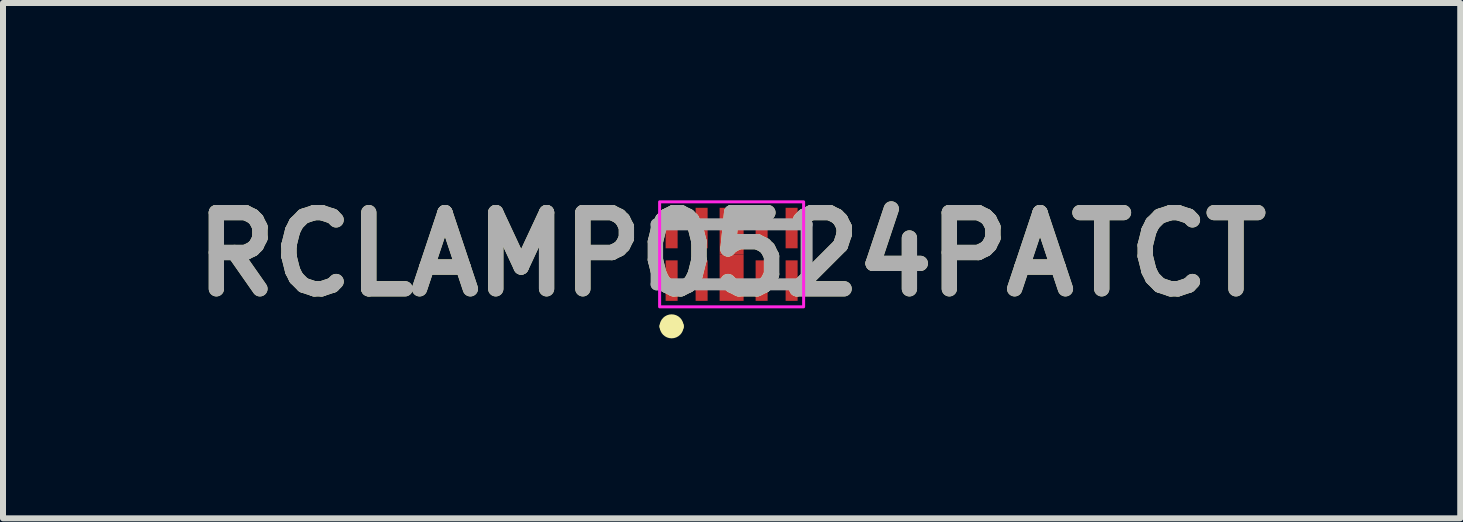
<source format=kicad_pcb>
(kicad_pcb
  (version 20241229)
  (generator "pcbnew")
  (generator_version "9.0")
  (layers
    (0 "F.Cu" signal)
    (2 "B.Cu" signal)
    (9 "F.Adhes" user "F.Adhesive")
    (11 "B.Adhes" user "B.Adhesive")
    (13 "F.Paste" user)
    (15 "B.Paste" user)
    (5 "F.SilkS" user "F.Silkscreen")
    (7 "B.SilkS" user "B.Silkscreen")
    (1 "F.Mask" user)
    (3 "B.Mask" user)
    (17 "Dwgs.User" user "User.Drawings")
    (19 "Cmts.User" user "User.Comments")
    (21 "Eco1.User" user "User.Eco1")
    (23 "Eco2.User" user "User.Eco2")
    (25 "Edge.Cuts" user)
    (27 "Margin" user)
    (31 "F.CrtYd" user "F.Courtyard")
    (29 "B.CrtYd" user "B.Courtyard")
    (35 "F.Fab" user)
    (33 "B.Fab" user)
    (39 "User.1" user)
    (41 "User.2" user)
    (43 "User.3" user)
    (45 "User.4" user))
  (footprint "RCLAMP0524PATCT"
    (layer "F.Cu")
    (at 9.144 1.189)
    (property "Reference" "RCLAMP0524PATCT" (at 0 0 0) (layer "F.SilkS") (effects (font (size 1.27 1.27) (thickness 0.254))))
    (attr smd)
    (fp_line (start -1.25 -0.5) (end -1.25 0.5) (stroke (width 0.1) (type solid)) (layer "F.SilkS"))
    (fp_line (start -1.1 1.2) (end -1.1 1.2) (stroke (width 0.2) (type solid)) (layer "F.SilkS"))
    (fp_line (start -0.9 1.2) (end -0.9 1.2) (stroke (width 0.2) (type solid)) (layer "F.SilkS"))
    (fp_line (start 1.25 0.5) (end 1.25 -0.5) (stroke (width 0.1) (type solid)) (layer "F.SilkS"))
    (fp_arc (start -1.1 1.2) (mid -1 1.1) (end -0.9 1.2) (stroke (width 0.2) (type solid)) (layer "F.SilkS"))
    (fp_arc (start -0.9 1.2) (mid -1 1.3) (end -1.1 1.2) (stroke (width 0.2) (type solid)) (layer "F.SilkS"))
    (fp_rect (start -1.2 -0.875) (end 1.2 0.875) (stroke (width 0.05) (type solid)) (fill no) (layer "F.CrtYd"))
    (fp_line (start -1.25 -0.5) (end 1.25 -0.5) (stroke (width 0.2) (type solid)) (layer "F.Fab"))
    (fp_line (start -1.25 0.5) (end -1.25 -0.5) (stroke (width 0.2) (type solid)) (layer "F.Fab"))
    (fp_line (start 1.25 -0.5) (end 1.25 0.5) (stroke (width 0.2) (type solid)) (layer "F.Fab"))
    (fp_line (start 1.25 0.5) (end -1.25 0.5) (stroke (width 0.2) (type solid)) (layer "F.Fab"))
    (fp_text user "${REFERENCE}" (at 0 0 0) (layer "F.Fab") (effects (font (size 1.27 1.27) (thickness 0.254))))
    (pad "1" smd rect (at -1 0.438) (size 0.2 0.675) (layers "F.Cu" "F.Mask" "F.Paste"))
    (pad "2" smd rect (at -0.5 0.438) (size 0.2 0.675) (layers "F.Cu" "F.Mask" "F.Paste"))
    (pad "3" smd rect (at 0 0.388) (size 0.4 0.775) (layers "F.Cu" "F.Mask" "F.Paste"))
    (pad "4" smd rect (at 0.5 0.438) (size 0.2 0.675) (layers "F.Cu" "F.Mask" "F.Paste"))
    (pad "5" smd rect (at 1 0.438) (size 0.2 0.675) (layers "F.Cu" "F.Mask" "F.Paste"))
    (pad "6" smd rect (at 1 -0.438) (size 0.2 0.675) (layers "F.Cu" "F.Mask" "F.Paste"))
    (pad "7" smd rect (at 0.5 -0.438) (size 0.2 0.675) (layers "F.Cu" "F.Mask" "F.Paste"))
    (pad "8" smd rect (at 0 -0.388) (size 0.4 0.775) (layers "F.Cu" "F.Mask" "F.Paste"))
    (pad "9" smd rect (at -0.5 -0.438) (size 0.2 0.675) (layers "F.Cu" "F.Mask" "F.Paste"))
    (pad "10" smd rect (at -1 -0.438) (size 0.2 0.675) (layers "F.Cu" "F.Mask" "F.Paste")))
  (gr_rect
    (start -3 -3)
    (end 21.288 5.589)
    (stroke (width 0.1) (type default))
    (fill no)
    (layer "Edge.Cuts")))
</source>
